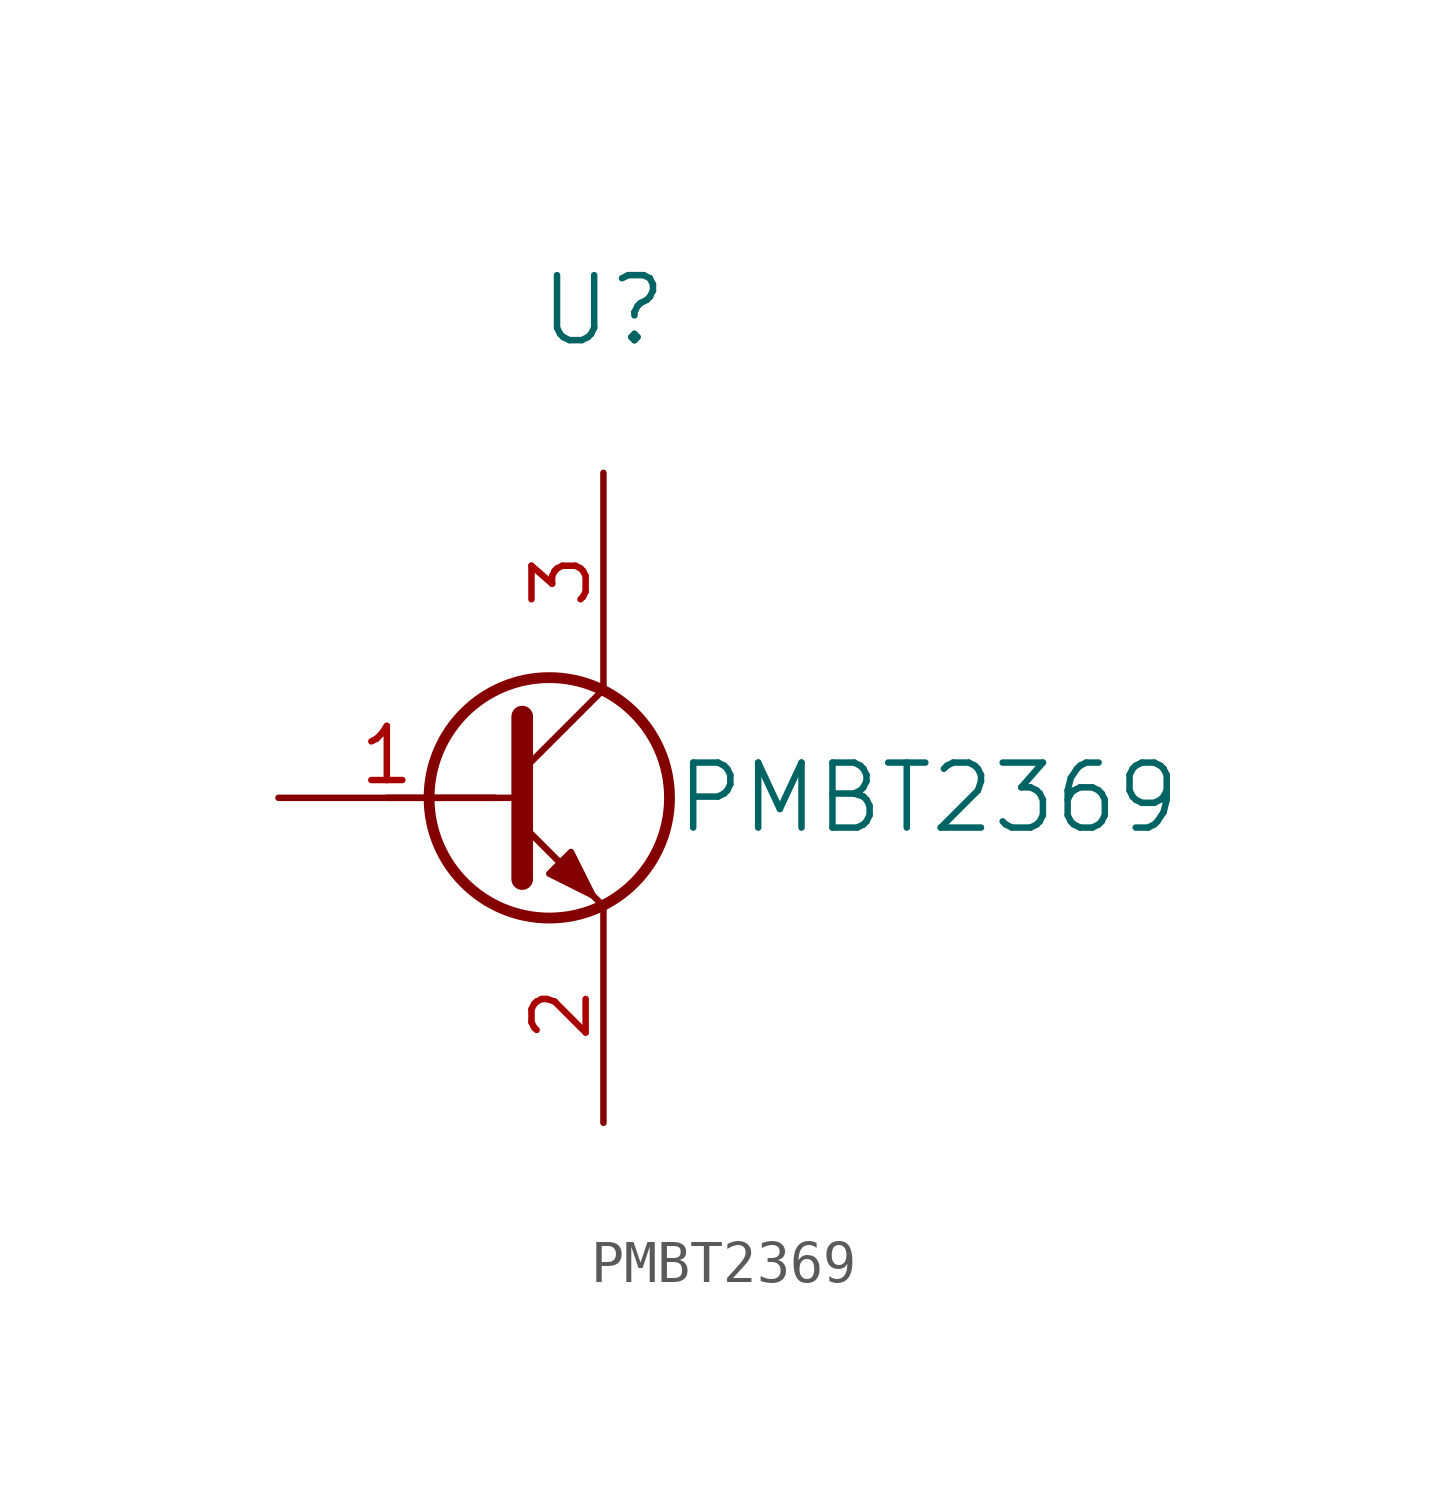
<source format=kicad_sym>
(kicad_symbol_lib
  (version 20241209)
  (generator "kicad_symbol_editor")
  (generator_version "9.0")
  (symbol "PMBT2369"
    (pin_names
      (offset 0.254))
    (property "Reference" "U"
      (at 1.27 11.43 0)
      (effects (font (size 1.524 1.524))))
    (property "Value" "PMBT2369"
      (at 8.89 0 0)
      (effects (font (size 1.524 1.524))))
    (property "ki_locked" ""
      (at 0 0 0)
      (effects (font (size 1.27 1.27))))
    (symbol "PMBT2369_0_1"
      (polyline (pts (xy -3.81 0) (xy -0.635 0)) (stroke (width 0) (type default)) (fill (type none)))
      (polyline (pts (xy -0.635 1.905) (xy -0.635 -1.905)) (stroke (width 0.508) (type default)) (fill (type none)))
      (circle (center 0 0) (radius 2.819) (stroke (width 0.254) (type default)) (fill (type none))))
    (symbol "PMBT2369_1_1"
      (polyline (pts (xy -0.635 0.635) (xy 1.27 2.54)) (stroke (width 0) (type default)) (fill (type none)))
      (polyline (pts (xy -0.635 -0.635) (xy 1.27 -2.54)) (stroke (width 0) (type default)) (fill (type none)))
      (polyline (pts (xy 0 -1.778) (xy 0.508 -1.27) (xy 1.016 -2.286) (xy 0 -1.778)) (stroke (width 0) (type default)) (fill (type outline)))
      (pin input line (at -6.35 0 0) (length 5.08) (name "" (effects (font (size 1.27 1.27)))) (number "1" (effects (font (size 1.27 1.27)))))
      (pin passive line (at 1.27 7.62 270) (length 5.08) (name "" (effects (font (size 1.27 1.27)))) (number "3" (effects (font (size 1.27 1.27)))))
      (pin passive line (at 1.27 -7.62 90) (length 5.08) (name "" (effects (font (size 1.27 1.27)))) (number "2" (effects (font (size 1.27 1.27))))))))
</source>
